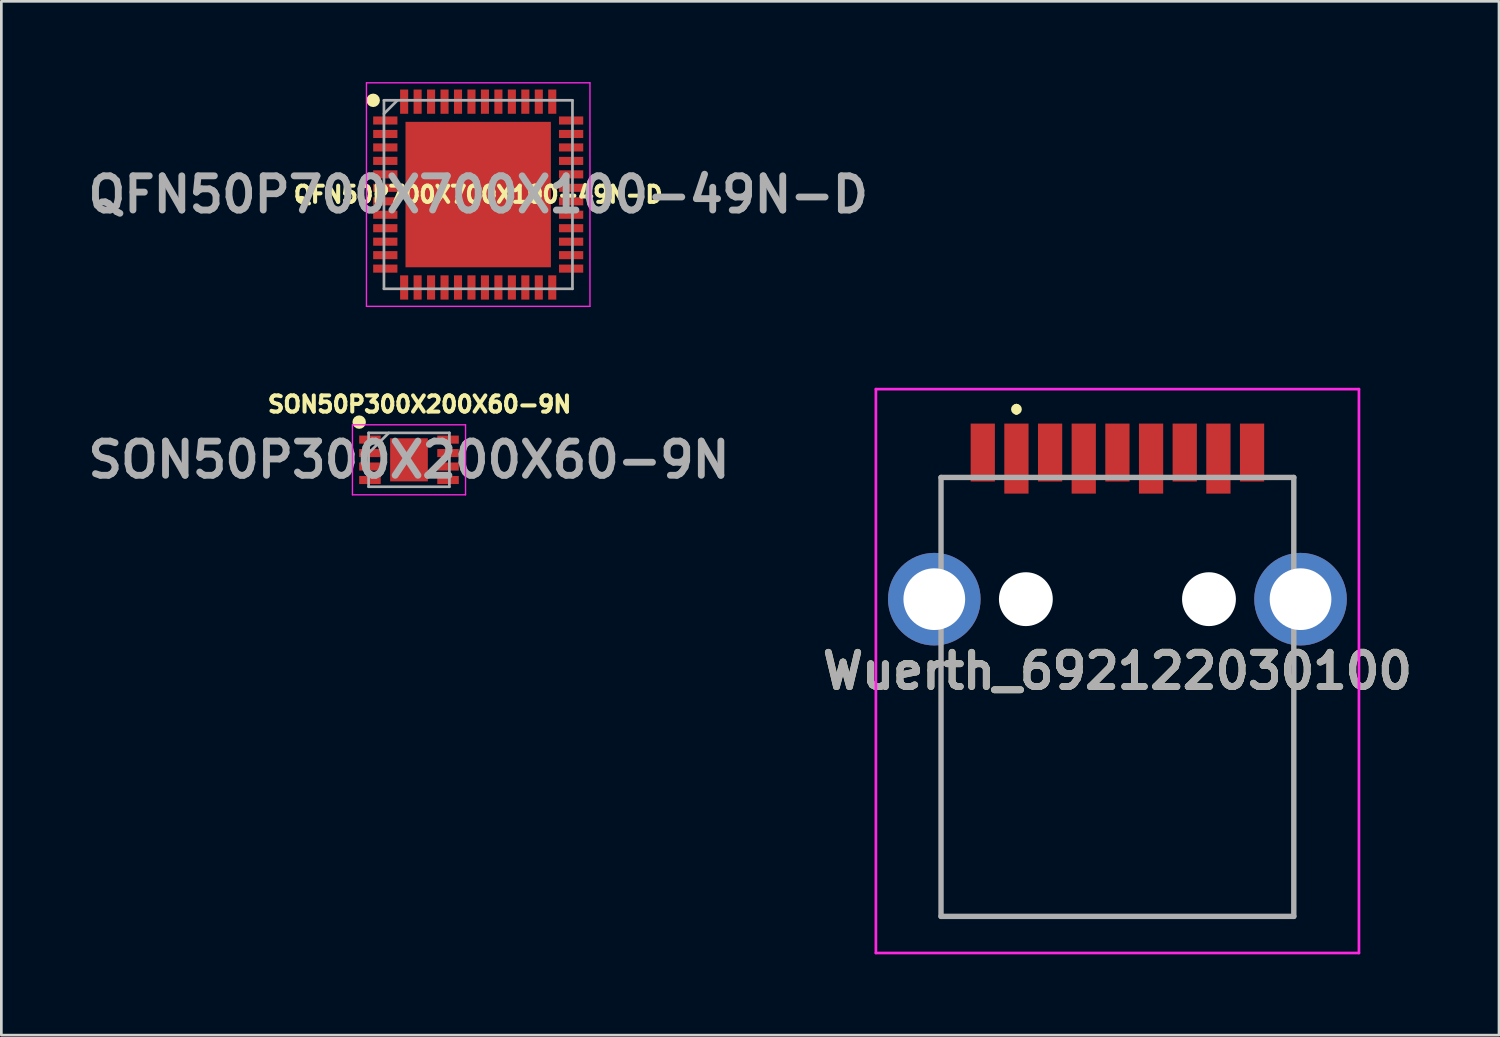
<source format=kicad_pcb>
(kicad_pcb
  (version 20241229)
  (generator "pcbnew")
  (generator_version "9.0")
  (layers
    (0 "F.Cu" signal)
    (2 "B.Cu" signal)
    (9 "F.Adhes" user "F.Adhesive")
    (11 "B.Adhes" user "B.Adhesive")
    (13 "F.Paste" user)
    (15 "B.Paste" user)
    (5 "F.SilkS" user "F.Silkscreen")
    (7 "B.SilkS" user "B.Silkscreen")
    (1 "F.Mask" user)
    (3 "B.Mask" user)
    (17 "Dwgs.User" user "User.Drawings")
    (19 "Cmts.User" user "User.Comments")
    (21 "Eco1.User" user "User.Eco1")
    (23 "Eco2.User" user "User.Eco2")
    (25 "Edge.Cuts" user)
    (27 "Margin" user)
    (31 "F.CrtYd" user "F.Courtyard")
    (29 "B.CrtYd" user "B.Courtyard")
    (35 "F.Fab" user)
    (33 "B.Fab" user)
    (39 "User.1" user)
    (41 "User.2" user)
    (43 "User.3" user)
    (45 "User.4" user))
  (footprint "SON50P300X200X60-9N"
    (layer "F.Cu")
    (at 12.138 14.025)
    (property "Reference" "SON50P300X200X60-9N" (at 0.393 -2.061 0) (layer "F.SilkS") (effects (font (size 0.6 0.6) (thickness 0.15))))
    (attr smd)
    (fp_circle (center -1.85 -1.4) (end -1.85 -1.275) (stroke (width 0.25) (type solid)) (fill no) (layer "F.SilkS"))
    (fp_line (start -2.1 -1.3) (end 2.1 -1.3) (stroke (width 0.05) (type solid)) (layer "F.CrtYd"))
    (fp_line (start -2.1 1.3) (end -2.1 -1.3) (stroke (width 0.05) (type solid)) (layer "F.CrtYd"))
    (fp_line (start 2.1 -1.3) (end 2.1 1.3) (stroke (width 0.05) (type solid)) (layer "F.CrtYd"))
    (fp_line (start 2.1 1.3) (end -2.1 1.3) (stroke (width 0.05) (type solid)) (layer "F.CrtYd"))
    (fp_line (start -1.5 -1) (end 1.5 -1) (stroke (width 0.1) (type solid)) (layer "F.Fab"))
    (fp_line (start -1.5 -0.25) (end -0.75 -1) (stroke (width 0.1) (type solid)) (layer "F.Fab"))
    (fp_line (start -1.5 1) (end -1.5 -1) (stroke (width 0.1) (type solid)) (layer "F.Fab"))
    (fp_line (start 1.5 -1) (end 1.5 1) (stroke (width 0.1) (type solid)) (layer "F.Fab"))
    (fp_line (start 1.5 1) (end -1.5 1) (stroke (width 0.1) (type solid)) (layer "F.Fab"))
    (fp_text user "${REFERENCE}" (at 0 0 0) (layer "F.Fab") (effects (font (size 1.27 1.27) (thickness 0.254))))
    (pad "1" smd rect (at -1.45 -0.75 90) (size 0.3 0.8) (layers "F.Cu" "F.Mask" "F.Paste"))
    (pad "2" smd rect (at -1.45 -0.25 90) (size 0.3 0.8) (layers "F.Cu" "F.Mask" "F.Paste"))
    (pad "3" smd rect (at -1.45 0.25 90) (size 0.3 0.8) (layers "F.Cu" "F.Mask" "F.Paste"))
    (pad "4" smd rect (at -1.45 0.75 90) (size 0.3 0.8) (layers "F.Cu" "F.Mask" "F.Paste"))
    (pad "5" smd rect (at 1.45 0.75 90) (size 0.3 0.8) (layers "F.Cu" "F.Mask" "F.Paste"))
    (pad "6" smd rect (at 1.45 0.25 90) (size 0.3 0.8) (layers "F.Cu" "F.Mask" "F.Paste"))
    (pad "7" smd rect (at 1.45 -0.25 90) (size 0.3 0.8) (layers "F.Cu" "F.Mask" "F.Paste"))
    (pad "8" smd rect (at 1.45 -0.75 90) (size 0.3 0.8) (layers "F.Cu" "F.Mask" "F.Paste"))
    (pad "9" smd rect (at 0 0) (size 1.4 1.6) (layers "F.Cu" "F.Mask" "F.Paste")))
  (footprint "QFN50P700X700X100-49N-D"
    (layer "F.Cu")
    (at 14.708 4.175)
    (property "Reference" "QFN50P700X700X100-49N-D" (at 0 0 0) (layer "F.SilkS") (effects (font (size 0.6 0.6) (thickness 0.15))))
    (attr smd)
    (fp_circle (center -3.9 -3.5) (end -3.9 -3.375) (stroke (width 0.25) (type solid)) (fill no) (layer "F.SilkS"))
    (fp_line (start -4.15 -4.15) (end 4.15 -4.15) (stroke (width 0.05) (type solid)) (layer "F.CrtYd"))
    (fp_line (start -4.15 4.15) (end -4.15 -4.15) (stroke (width 0.05) (type solid)) (layer "F.CrtYd"))
    (fp_line (start 4.15 -4.15) (end 4.15 4.15) (stroke (width 0.05) (type solid)) (layer "F.CrtYd"))
    (fp_line (start 4.15 4.15) (end -4.15 4.15) (stroke (width 0.05) (type solid)) (layer "F.CrtYd"))
    (fp_line (start -3.5 -3.5) (end 3.5 -3.5) (stroke (width 0.1) (type solid)) (layer "F.Fab"))
    (fp_line (start -3.5 -3) (end -3 -3.5) (stroke (width 0.1) (type solid)) (layer "F.Fab"))
    (fp_line (start -3.5 3.5) (end -3.5 -3.5) (stroke (width 0.1) (type solid)) (layer "F.Fab"))
    (fp_line (start 3.5 -3.5) (end 3.5 3.5) (stroke (width 0.1) (type solid)) (layer "F.Fab"))
    (fp_line (start 3.5 3.5) (end -3.5 3.5) (stroke (width 0.1) (type solid)) (layer "F.Fab"))
    (fp_text user "${REFERENCE}" (at 0 0 0) (layer "F.Fab") (effects (font (size 1.27 1.27) (thickness 0.254))))
    (pad "1" smd rect (at -3.45 -2.75 90) (size 0.3 0.9) (layers "F.Cu" "F.Mask" "F.Paste"))
    (pad "2" smd rect (at -3.45 -2.25 90) (size 0.3 0.9) (layers "F.Cu" "F.Mask" "F.Paste"))
    (pad "3" smd rect (at -3.45 -1.75 90) (size 0.3 0.9) (layers "F.Cu" "F.Mask" "F.Paste"))
    (pad "4" smd rect (at -3.45 -1.25 90) (size 0.3 0.9) (layers "F.Cu" "F.Mask" "F.Paste"))
    (pad "5" smd rect (at -3.45 -0.75 90) (size 0.3 0.9) (layers "F.Cu" "F.Mask" "F.Paste"))
    (pad "6" smd rect (at -3.45 -0.25 90) (size 0.3 0.9) (layers "F.Cu" "F.Mask" "F.Paste"))
    (pad "7" smd rect (at -3.45 0.25 90) (size 0.3 0.9) (layers "F.Cu" "F.Mask" "F.Paste"))
    (pad "8" smd rect (at -3.45 0.75 90) (size 0.3 0.9) (layers "F.Cu" "F.Mask" "F.Paste"))
    (pad "9" smd rect (at -3.45 1.25 90) (size 0.3 0.9) (layers "F.Cu" "F.Mask" "F.Paste"))
    (pad "10" smd rect (at -3.45 1.75 90) (size 0.3 0.9) (layers "F.Cu" "F.Mask" "F.Paste"))
    (pad "11" smd rect (at -3.45 2.25 90) (size 0.3 0.9) (layers "F.Cu" "F.Mask" "F.Paste"))
    (pad "12" smd rect (at -3.45 2.75 90) (size 0.3 0.9) (layers "F.Cu" "F.Mask" "F.Paste"))
    (pad "13" smd rect (at -2.75 3.45) (size 0.3 0.9) (layers "F.Cu" "F.Mask" "F.Paste"))
    (pad "14" smd rect (at -2.25 3.45) (size 0.3 0.9) (layers "F.Cu" "F.Mask" "F.Paste"))
    (pad "15" smd rect (at -1.75 3.45) (size 0.3 0.9) (layers "F.Cu" "F.Mask" "F.Paste"))
    (pad "16" smd rect (at -1.25 3.45) (size 0.3 0.9) (layers "F.Cu" "F.Mask" "F.Paste"))
    (pad "17" smd rect (at -0.75 3.45) (size 0.3 0.9) (layers "F.Cu" "F.Mask" "F.Paste"))
    (pad "18" smd rect (at -0.25 3.45) (size 0.3 0.9) (layers "F.Cu" "F.Mask" "F.Paste"))
    (pad "19" smd rect (at 0.25 3.45) (size 0.3 0.9) (layers "F.Cu" "F.Mask" "F.Paste"))
    (pad "20" smd rect (at 0.75 3.45) (size 0.3 0.9) (layers "F.Cu" "F.Mask" "F.Paste"))
    (pad "21" smd rect (at 1.25 3.45) (size 0.3 0.9) (layers "F.Cu" "F.Mask" "F.Paste"))
    (pad "22" smd rect (at 1.75 3.45) (size 0.3 0.9) (layers "F.Cu" "F.Mask" "F.Paste"))
    (pad "23" smd rect (at 2.25 3.45) (size 0.3 0.9) (layers "F.Cu" "F.Mask" "F.Paste"))
    (pad "24" smd rect (at 2.75 3.45) (size 0.3 0.9) (layers "F.Cu" "F.Mask" "F.Paste"))
    (pad "25" smd rect (at 3.45 2.75 90) (size 0.3 0.9) (layers "F.Cu" "F.Mask" "F.Paste"))
    (pad "26" smd rect (at 3.45 2.25 90) (size 0.3 0.9) (layers "F.Cu" "F.Mask" "F.Paste"))
    (pad "27" smd rect (at 3.45 1.75 90) (size 0.3 0.9) (layers "F.Cu" "F.Mask" "F.Paste"))
    (pad "28" smd rect (at 3.45 1.25 90) (size 0.3 0.9) (layers "F.Cu" "F.Mask" "F.Paste"))
    (pad "29" smd rect (at 3.45 0.75 90) (size 0.3 0.9) (layers "F.Cu" "F.Mask" "F.Paste"))
    (pad "30" smd rect (at 3.45 0.25 90) (size 0.3 0.9) (layers "F.Cu" "F.Mask" "F.Paste"))
    (pad "31" smd rect (at 3.45 -0.25 90) (size 0.3 0.9) (layers "F.Cu" "F.Mask" "F.Paste"))
    (pad "32" smd rect (at 3.45 -0.75 90) (size 0.3 0.9) (layers "F.Cu" "F.Mask" "F.Paste"))
    (pad "33" smd rect (at 3.45 -1.25 90) (size 0.3 0.9) (layers "F.Cu" "F.Mask" "F.Paste"))
    (pad "34" smd rect (at 3.45 -1.75 90) (size 0.3 0.9) (layers "F.Cu" "F.Mask" "F.Paste"))
    (pad "35" smd rect (at 3.45 -2.25 90) (size 0.3 0.9) (layers "F.Cu" "F.Mask" "F.Paste"))
    (pad "36" smd rect (at 3.45 -2.75 90) (size 0.3 0.9) (layers "F.Cu" "F.Mask" "F.Paste"))
    (pad "37" smd rect (at 2.75 -3.45) (size 0.3 0.9) (layers "F.Cu" "F.Mask" "F.Paste"))
    (pad "38" smd rect (at 2.25 -3.45) (size 0.3 0.9) (layers "F.Cu" "F.Mask" "F.Paste"))
    (pad "39" smd rect (at 1.75 -3.45) (size 0.3 0.9) (layers "F.Cu" "F.Mask" "F.Paste"))
    (pad "40" smd rect (at 1.25 -3.45) (size 0.3 0.9) (layers "F.Cu" "F.Mask" "F.Paste"))
    (pad "41" smd rect (at 0.75 -3.45) (size 0.3 0.9) (layers "F.Cu" "F.Mask" "F.Paste"))
    (pad "42" smd rect (at 0.25 -3.45) (size 0.3 0.9) (layers "F.Cu" "F.Mask" "F.Paste"))
    (pad "43" smd rect (at -0.25 -3.45) (size 0.3 0.9) (layers "F.Cu" "F.Mask" "F.Paste"))
    (pad "44" smd rect (at -0.75 -3.45) (size 0.3 0.9) (layers "F.Cu" "F.Mask" "F.Paste"))
    (pad "45" smd rect (at -1.25 -3.45) (size 0.3 0.9) (layers "F.Cu" "F.Mask" "F.Paste"))
    (pad "46" smd rect (at -1.75 -3.45) (size 0.3 0.9) (layers "F.Cu" "F.Mask" "F.Paste"))
    (pad "47" smd rect (at -2.25 -3.45) (size 0.3 0.9) (layers "F.Cu" "F.Mask" "F.Paste"))
    (pad "48" smd rect (at -2.75 -3.45) (size 0.3 0.9) (layers "F.Cu" "F.Mask" "F.Paste"))
    (pad "49" smd rect (at 0 0) (size 5.4 5.4) (layers "F.Cu" "F.Mask" "F.Paste")))
  (footprint "Wuerth_692122030100"
    (layer "F.Cu")
    (at 38.445 19.2)
    (property "Reference" "Wuerth_692122030100" (at 0 2.669 0) (layer "F.SilkS") (effects (font (size 1.27 1.27) (thickness 0.254))))
    (attr through_hole)
    (fp_line (start -6.55 -4.52) (end -6.55 -2.52) (stroke (width 0.1) (type solid)) (layer "F.SilkS"))
    (fp_line (start -6.55 2.479) (end -6.55 11.78) (stroke (width 0.1) (type solid)) (layer "F.SilkS"))
    (fp_line (start -6.55 11.78) (end 6.55 11.78) (stroke (width 0.1) (type solid)) (layer "F.SilkS"))
    (fp_line (start -3.75 -7.153) (end -3.75 -7.153) (stroke (width 0.2) (type solid)) (layer "F.SilkS"))
    (fp_line (start -3.75 -6.953) (end -3.75 -6.953) (stroke (width 0.2) (type solid)) (layer "F.SilkS"))
    (fp_line (start 6.55 -4.52) (end 6.55 -2.52) (stroke (width 0.1) (type solid)) (layer "F.SilkS"))
    (fp_line (start 6.55 11.78) (end 6.55 2.479) (stroke (width 0.1) (type solid)) (layer "F.SilkS"))
    (fp_arc (start -3.75 -7.153) (mid -3.65 -7.053) (end -3.75 -6.953) (stroke (width 0.2) (type solid)) (layer "F.SilkS"))
    (fp_arc (start -3.75 -6.953) (mid -3.85 -7.053) (end -3.75 -7.153) (stroke (width 0.2) (type solid)) (layer "F.SilkS"))
    (fp_line (start -8.969 -7.8) (end 8.969 -7.8) (stroke (width 0.1) (type solid)) (layer "F.CrtYd"))
    (fp_line (start -8.969 13.139) (end -8.969 -7.8) (stroke (width 0.1) (type solid)) (layer "F.CrtYd"))
    (fp_line (start 8.969 -7.8) (end 8.969 13.139) (stroke (width 0.1) (type solid)) (layer "F.CrtYd"))
    (fp_line (start 8.969 13.139) (end -8.969 13.139) (stroke (width 0.1) (type solid)) (layer "F.CrtYd"))
    (fp_line (start -6.55 -4.52) (end 6.55 -4.52) (stroke (width 0.2) (type solid)) (layer "F.Fab"))
    (fp_line (start -6.55 11.78) (end -6.55 -4.52) (stroke (width 0.2) (type solid)) (layer "F.Fab"))
    (fp_line (start 6.55 -4.52) (end 6.55 11.78) (stroke (width 0.2) (type solid)) (layer "F.Fab"))
    (fp_line (start 6.55 11.78) (end -6.55 11.78) (stroke (width 0.2) (type solid)) (layer "F.Fab"))
    (fp_text user "${REFERENCE}" (at 0 2.669 0) (layer "F.Fab") (effects (font (size 1.27 1.27) (thickness 0.254))))
    (pad "" np_thru_hole circle (at -3.4 0) (size 2 2) (drill 2) (layers "*.Cu" "*.Mask"))
    (pad "" np_thru_hole circle (at 3.4 0) (size 2 2) (drill 2) (layers "*.Cu" "*.Mask"))
    (pad "1" smd rect (at -3.75 -5.22) (size 0.9 2.6) (layers "F.Cu" "F.Mask" "F.Paste"))
    (pad "2" smd rect (at -1.25 -5.22) (size 0.9 2.6) (layers "F.Cu" "F.Mask" "F.Paste"))
    (pad "3" smd rect (at 1.25 -5.22) (size 0.9 2.6) (layers "F.Cu" "F.Mask" "F.Paste"))
    (pad "4" smd rect (at 3.75 -5.22) (size 0.9 2.6) (layers "F.Cu" "F.Mask" "F.Paste"))
    (pad "5" smd rect (at 5 -5.445) (size 0.9 2.15) (layers "F.Cu" "F.Mask" "F.Paste"))
    (pad "6" smd rect (at 2.5 -5.445) (size 0.9 2.15) (layers "F.Cu" "F.Mask" "F.Paste"))
    (pad "7" smd rect (at 0 -5.445) (size 0.9 2.15) (layers "F.Cu" "F.Mask" "F.Paste"))
    (pad "8" smd rect (at -2.5 -5.445) (size 0.9 2.15) (layers "F.Cu" "F.Mask" "F.Paste"))
    (pad "9" smd rect (at -5 -5.445) (size 0.9 2.15) (layers "F.Cu" "F.Mask" "F.Paste"))
    (pad "MH1" thru_hole circle (at -6.8 0) (size 3.438 3.438) (drill 2.292) (layers "*.Cu" "*.Mask"))
    (pad "MH2" thru_hole circle (at 6.8 0) (size 3.438 3.438) (drill 2.292) (layers "*.Cu" "*.Mask")))
  (gr_rect
    (start -3 -3)
    (end 52.615 35.389)
    (stroke (width 0.1) (type default))
    (fill no)
    (layer "Edge.Cuts")))
</source>
